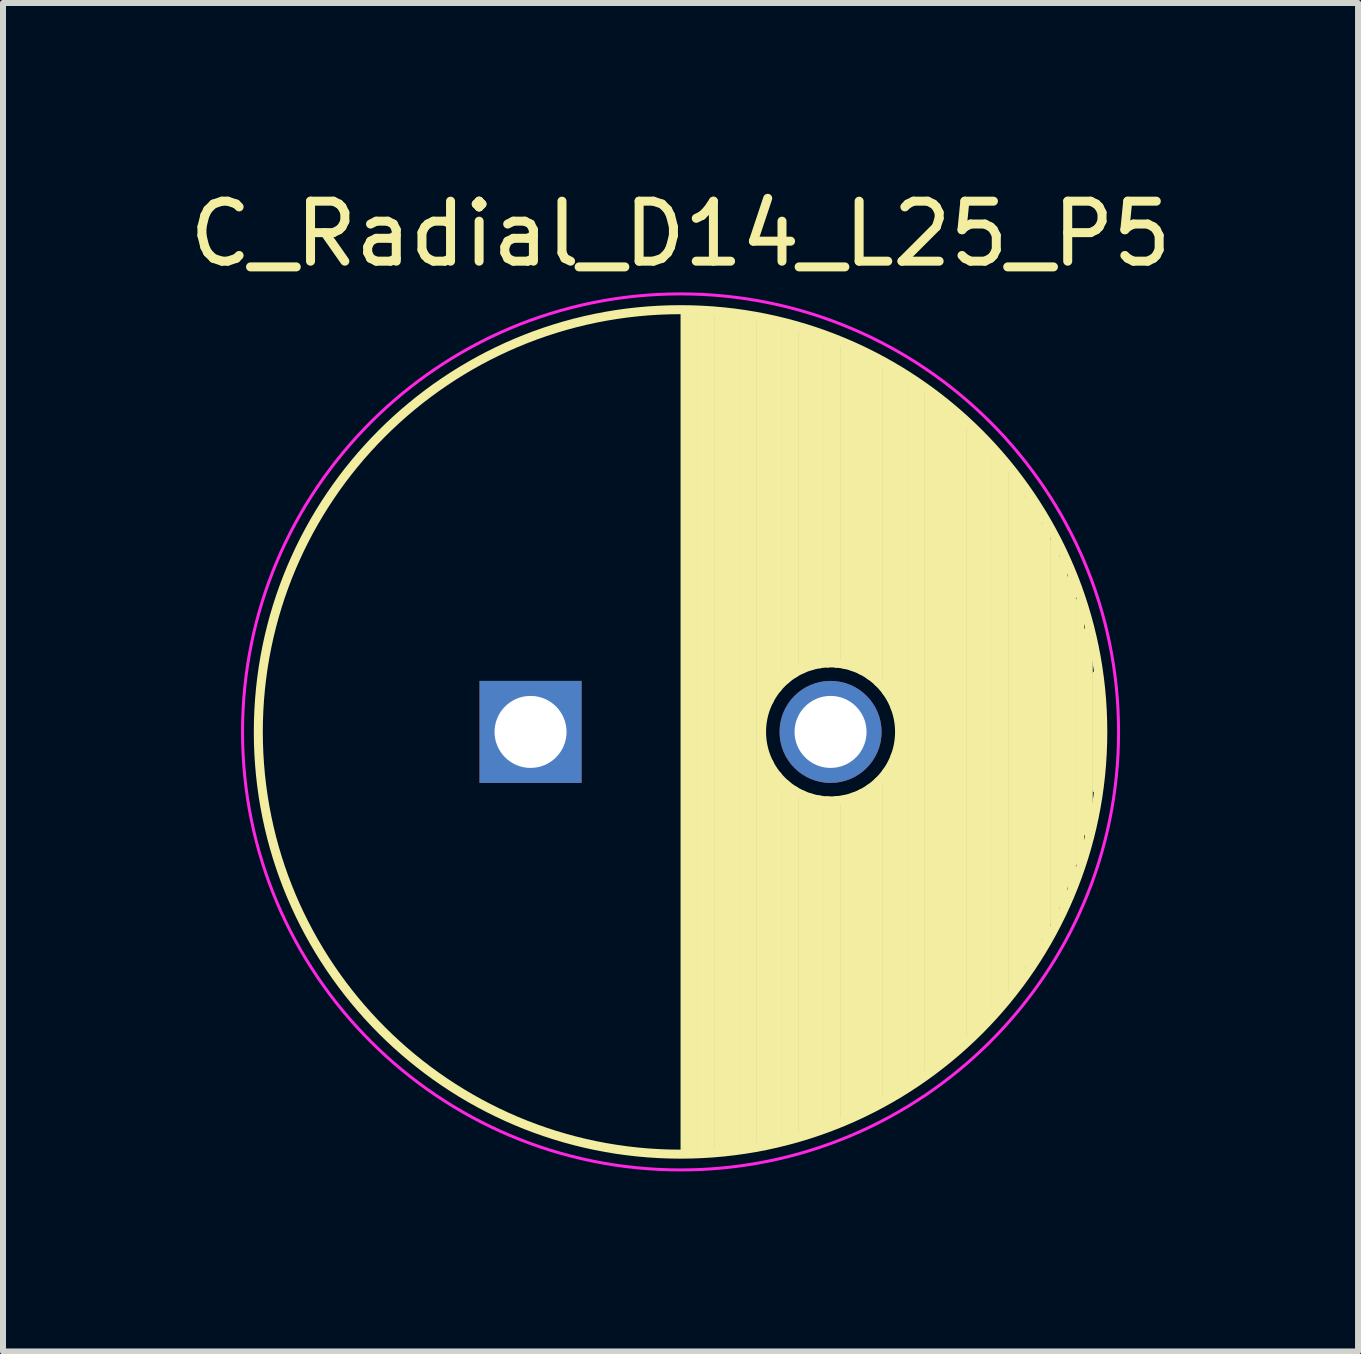
<source format=kicad_pcb>
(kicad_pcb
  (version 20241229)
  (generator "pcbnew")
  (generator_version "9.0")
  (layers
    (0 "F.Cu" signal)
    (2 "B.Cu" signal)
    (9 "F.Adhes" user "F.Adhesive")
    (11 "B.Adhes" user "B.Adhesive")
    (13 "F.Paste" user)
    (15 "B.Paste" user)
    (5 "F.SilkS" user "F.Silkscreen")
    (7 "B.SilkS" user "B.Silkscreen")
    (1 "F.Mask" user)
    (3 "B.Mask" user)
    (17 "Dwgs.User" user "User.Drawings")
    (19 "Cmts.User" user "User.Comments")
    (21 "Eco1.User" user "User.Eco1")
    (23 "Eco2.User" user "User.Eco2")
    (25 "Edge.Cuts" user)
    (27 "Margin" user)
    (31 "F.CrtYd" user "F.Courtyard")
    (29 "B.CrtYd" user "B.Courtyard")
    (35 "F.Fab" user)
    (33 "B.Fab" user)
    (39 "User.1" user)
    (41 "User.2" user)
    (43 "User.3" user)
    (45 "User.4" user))
  (footprint "C_Radial_D14_L25_P5"
    (layer "F.Cu")
    (at 5.792 9.148)
    (property "Reference" "C_Radial_D14_L25_P5" (at 2.5 -8.3 0) (layer "F.SilkS") (effects (font (size 1 1) (thickness 0.15))))
    (attr through_hole)
    (fp_line (start 2.575 -7) (end 2.575 7) (stroke (width 0.15) (type solid)) (layer "F.SilkS"))
    (fp_line (start 2.715 -6.997) (end 2.715 6.997) (stroke (width 0.15) (type solid)) (layer "F.SilkS"))
    (fp_line (start 2.855 -6.991) (end 2.855 6.991) (stroke (width 0.15) (type solid)) (layer "F.SilkS"))
    (fp_line (start 2.995 -6.982) (end 2.995 6.982) (stroke (width 0.15) (type solid)) (layer "F.SilkS"))
    (fp_line (start 3.135 -6.971) (end 3.135 6.971) (stroke (width 0.15) (type solid)) (layer "F.SilkS"))
    (fp_line (start 3.275 -6.957) (end 3.275 6.957) (stroke (width 0.15) (type solid)) (layer "F.SilkS"))
    (fp_line (start 3.415 -6.94) (end 3.415 6.94) (stroke (width 0.15) (type solid)) (layer "F.SilkS"))
    (fp_line (start 3.555 -6.92) (end 3.555 6.92) (stroke (width 0.15) (type solid)) (layer "F.SilkS"))
    (fp_line (start 3.695 -6.897) (end 3.695 6.897) (stroke (width 0.15) (type solid)) (layer "F.SilkS"))
    (fp_line (start 3.835 -6.872) (end 3.835 6.872) (stroke (width 0.15) (type solid)) (layer "F.SilkS"))
    (fp_line (start 3.975 -6.843) (end 3.975 -0.521) (stroke (width 0.15) (type solid)) (layer "F.SilkS"))
    (fp_line (start 3.975 0.521) (end 3.975 6.843) (stroke (width 0.15) (type solid)) (layer "F.SilkS"))
    (fp_line (start 4.115 -6.811) (end 4.115 -0.734) (stroke (width 0.15) (type solid)) (layer "F.SilkS"))
    (fp_line (start 4.115 0.734) (end 4.115 6.811) (stroke (width 0.15) (type solid)) (layer "F.SilkS"))
    (fp_line (start 4.255 -6.776) (end 4.255 -0.876) (stroke (width 0.15) (type solid)) (layer "F.SilkS"))
    (fp_line (start 4.255 0.876) (end 4.255 6.776) (stroke (width 0.15) (type solid)) (layer "F.SilkS"))
    (fp_line (start 4.395 -6.739) (end 4.395 -0.978) (stroke (width 0.15) (type solid)) (layer "F.SilkS"))
    (fp_line (start 4.395 0.978) (end 4.395 6.739) (stroke (width 0.15) (type solid)) (layer "F.SilkS"))
    (fp_line (start 4.535 -6.698) (end 4.535 -1.052) (stroke (width 0.15) (type solid)) (layer "F.SilkS"))
    (fp_line (start 4.535 1.052) (end 4.535 6.698) (stroke (width 0.15) (type solid)) (layer "F.SilkS"))
    (fp_line (start 4.675 -6.654) (end 4.675 -1.103) (stroke (width 0.15) (type solid)) (layer "F.SilkS"))
    (fp_line (start 4.675 1.103) (end 4.675 6.654) (stroke (width 0.15) (type solid)) (layer "F.SilkS"))
    (fp_line (start 4.815 -6.606) (end 4.815 -1.135) (stroke (width 0.15) (type solid)) (layer "F.SilkS"))
    (fp_line (start 4.815 1.135) (end 4.815 6.606) (stroke (width 0.15) (type solid)) (layer "F.SilkS"))
    (fp_line (start 4.955 -6.555) (end 4.955 -1.149) (stroke (width 0.15) (type solid)) (layer "F.SilkS"))
    (fp_line (start 4.955 1.149) (end 4.955 6.555) (stroke (width 0.15) (type solid)) (layer "F.SilkS"))
    (fp_line (start 5.095 -6.501) (end 5.095 -1.146) (stroke (width 0.15) (type solid)) (layer "F.SilkS"))
    (fp_line (start 5.095 1.146) (end 5.095 6.501) (stroke (width 0.15) (type solid)) (layer "F.SilkS"))
    (fp_line (start 5.235 -6.444) (end 5.235 -1.126) (stroke (width 0.15) (type solid)) (layer "F.SilkS"))
    (fp_line (start 5.235 1.126) (end 5.235 6.444) (stroke (width 0.15) (type solid)) (layer "F.SilkS"))
    (fp_line (start 5.375 -6.382) (end 5.375 -1.087) (stroke (width 0.15) (type solid)) (layer "F.SilkS"))
    (fp_line (start 5.375 1.087) (end 5.375 6.382) (stroke (width 0.15) (type solid)) (layer "F.SilkS"))
    (fp_line (start 5.515 -6.317) (end 5.515 -1.028) (stroke (width 0.15) (type solid)) (layer "F.SilkS"))
    (fp_line (start 5.515 1.028) (end 5.515 6.317) (stroke (width 0.15) (type solid)) (layer "F.SilkS"))
    (fp_line (start 5.655 -6.249) (end 5.655 -0.945) (stroke (width 0.15) (type solid)) (layer "F.SilkS"))
    (fp_line (start 5.655 0.945) (end 5.655 6.249) (stroke (width 0.15) (type solid)) (layer "F.SilkS"))
    (fp_line (start 5.795 -6.176) (end 5.795 -0.831) (stroke (width 0.15) (type solid)) (layer "F.SilkS"))
    (fp_line (start 5.795 0.831) (end 5.795 6.176) (stroke (width 0.15) (type solid)) (layer "F.SilkS"))
    (fp_line (start 5.935 -6.099) (end 5.935 -0.67) (stroke (width 0.15) (type solid)) (layer "F.SilkS"))
    (fp_line (start 5.935 0.67) (end 5.935 6.099) (stroke (width 0.15) (type solid)) (layer "F.SilkS"))
    (fp_line (start 6.075 -6.018) (end 6.075 -0.409) (stroke (width 0.15) (type solid)) (layer "F.SilkS"))
    (fp_line (start 6.075 0.409) (end 6.075 6.018) (stroke (width 0.15) (type solid)) (layer "F.SilkS"))
    (fp_line (start 6.215 -5.933) (end 6.215 5.933) (stroke (width 0.15) (type solid)) (layer "F.SilkS"))
    (fp_line (start 6.355 -5.843) (end 6.355 5.843) (stroke (width 0.15) (type solid)) (layer "F.SilkS"))
    (fp_line (start 6.495 -5.748) (end 6.495 5.748) (stroke (width 0.15) (type solid)) (layer "F.SilkS"))
    (fp_line (start 6.635 -5.648) (end 6.635 5.648) (stroke (width 0.15) (type solid)) (layer "F.SilkS"))
    (fp_line (start 6.775 -5.543) (end 6.775 5.543) (stroke (width 0.15) (type solid)) (layer "F.SilkS"))
    (fp_line (start 6.915 -5.432) (end 6.915 5.432) (stroke (width 0.15) (type solid)) (layer "F.SilkS"))
    (fp_line (start 7.055 -5.315) (end 7.055 5.315) (stroke (width 0.15) (type solid)) (layer "F.SilkS"))
    (fp_line (start 7.195 -5.192) (end 7.195 5.192) (stroke (width 0.15) (type solid)) (layer "F.SilkS"))
    (fp_line (start 7.335 -5.062) (end 7.335 5.062) (stroke (width 0.15) (type solid)) (layer "F.SilkS"))
    (fp_line (start 7.475 -4.924) (end 7.475 4.924) (stroke (width 0.15) (type solid)) (layer "F.SilkS"))
    (fp_line (start 7.615 -4.779) (end 7.615 4.779) (stroke (width 0.15) (type solid)) (layer "F.SilkS"))
    (fp_line (start 7.755 -4.624) (end 7.755 4.624) (stroke (width 0.15) (type solid)) (layer "F.SilkS"))
    (fp_line (start 7.895 -4.46) (end 7.895 4.46) (stroke (width 0.15) (type solid)) (layer "F.SilkS"))
    (fp_line (start 8.035 -4.285) (end 8.035 4.285) (stroke (width 0.15) (type solid)) (layer "F.SilkS"))
    (fp_line (start 8.175 -4.098) (end 8.175 4.098) (stroke (width 0.15) (type solid)) (layer "F.SilkS"))
    (fp_line (start 8.315 -3.897) (end 8.315 3.897) (stroke (width 0.15) (type solid)) (layer "F.SilkS"))
    (fp_line (start 8.455 -3.679) (end 8.455 3.679) (stroke (width 0.15) (type solid)) (layer "F.SilkS"))
    (fp_line (start 8.595 -3.443) (end 8.595 3.443) (stroke (width 0.15) (type solid)) (layer "F.SilkS"))
    (fp_line (start 8.735 -3.182) (end 8.735 3.182) (stroke (width 0.15) (type solid)) (layer "F.SilkS"))
    (fp_line (start 8.875 -2.891) (end 8.875 2.891) (stroke (width 0.15) (type solid)) (layer "F.SilkS"))
    (fp_line (start 9.015 -2.56) (end 9.015 2.56) (stroke (width 0.15) (type solid)) (layer "F.SilkS"))
    (fp_line (start 9.155 -2.17) (end 9.155 2.17) (stroke (width 0.15) (type solid)) (layer "F.SilkS"))
    (fp_line (start 9.295 -1.682) (end 9.295 1.682) (stroke (width 0.15) (type solid)) (layer "F.SilkS"))
    (fp_line (start 9.435 -0.952) (end 9.435 0.952) (stroke (width 0.15) (type solid)) (layer "F.SilkS"))
    (fp_circle (center 2.5 0) (end 2.5 -7.037) (stroke (width 0.15) (type solid)) (fill no) (layer "F.SilkS"))
    (fp_circle (center 5 0) (end 5 -1.15) (stroke (width 0.15) (type solid)) (fill no) (layer "F.SilkS"))
    (fp_circle (center 2.5 0) (end 2.5 -7.3) (stroke (width 0.05) (type solid)) (fill no) (layer "F.CrtYd"))
    (pad "1" thru_hole rect (at 0 0) (size 1.7 1.7) (drill 1.2) (layers "*.Cu" "*.Mask"))
    (pad "2" thru_hole circle (at 5 0) (size 1.7 1.7) (drill 1.2) (layers "*.Cu" "*.Mask")))
  (gr_rect
    (start -3 -3)
    (end 19.583 19.473)
    (stroke (width 0.1) (type default))
    (fill no)
    (layer "Edge.Cuts")))
</source>
